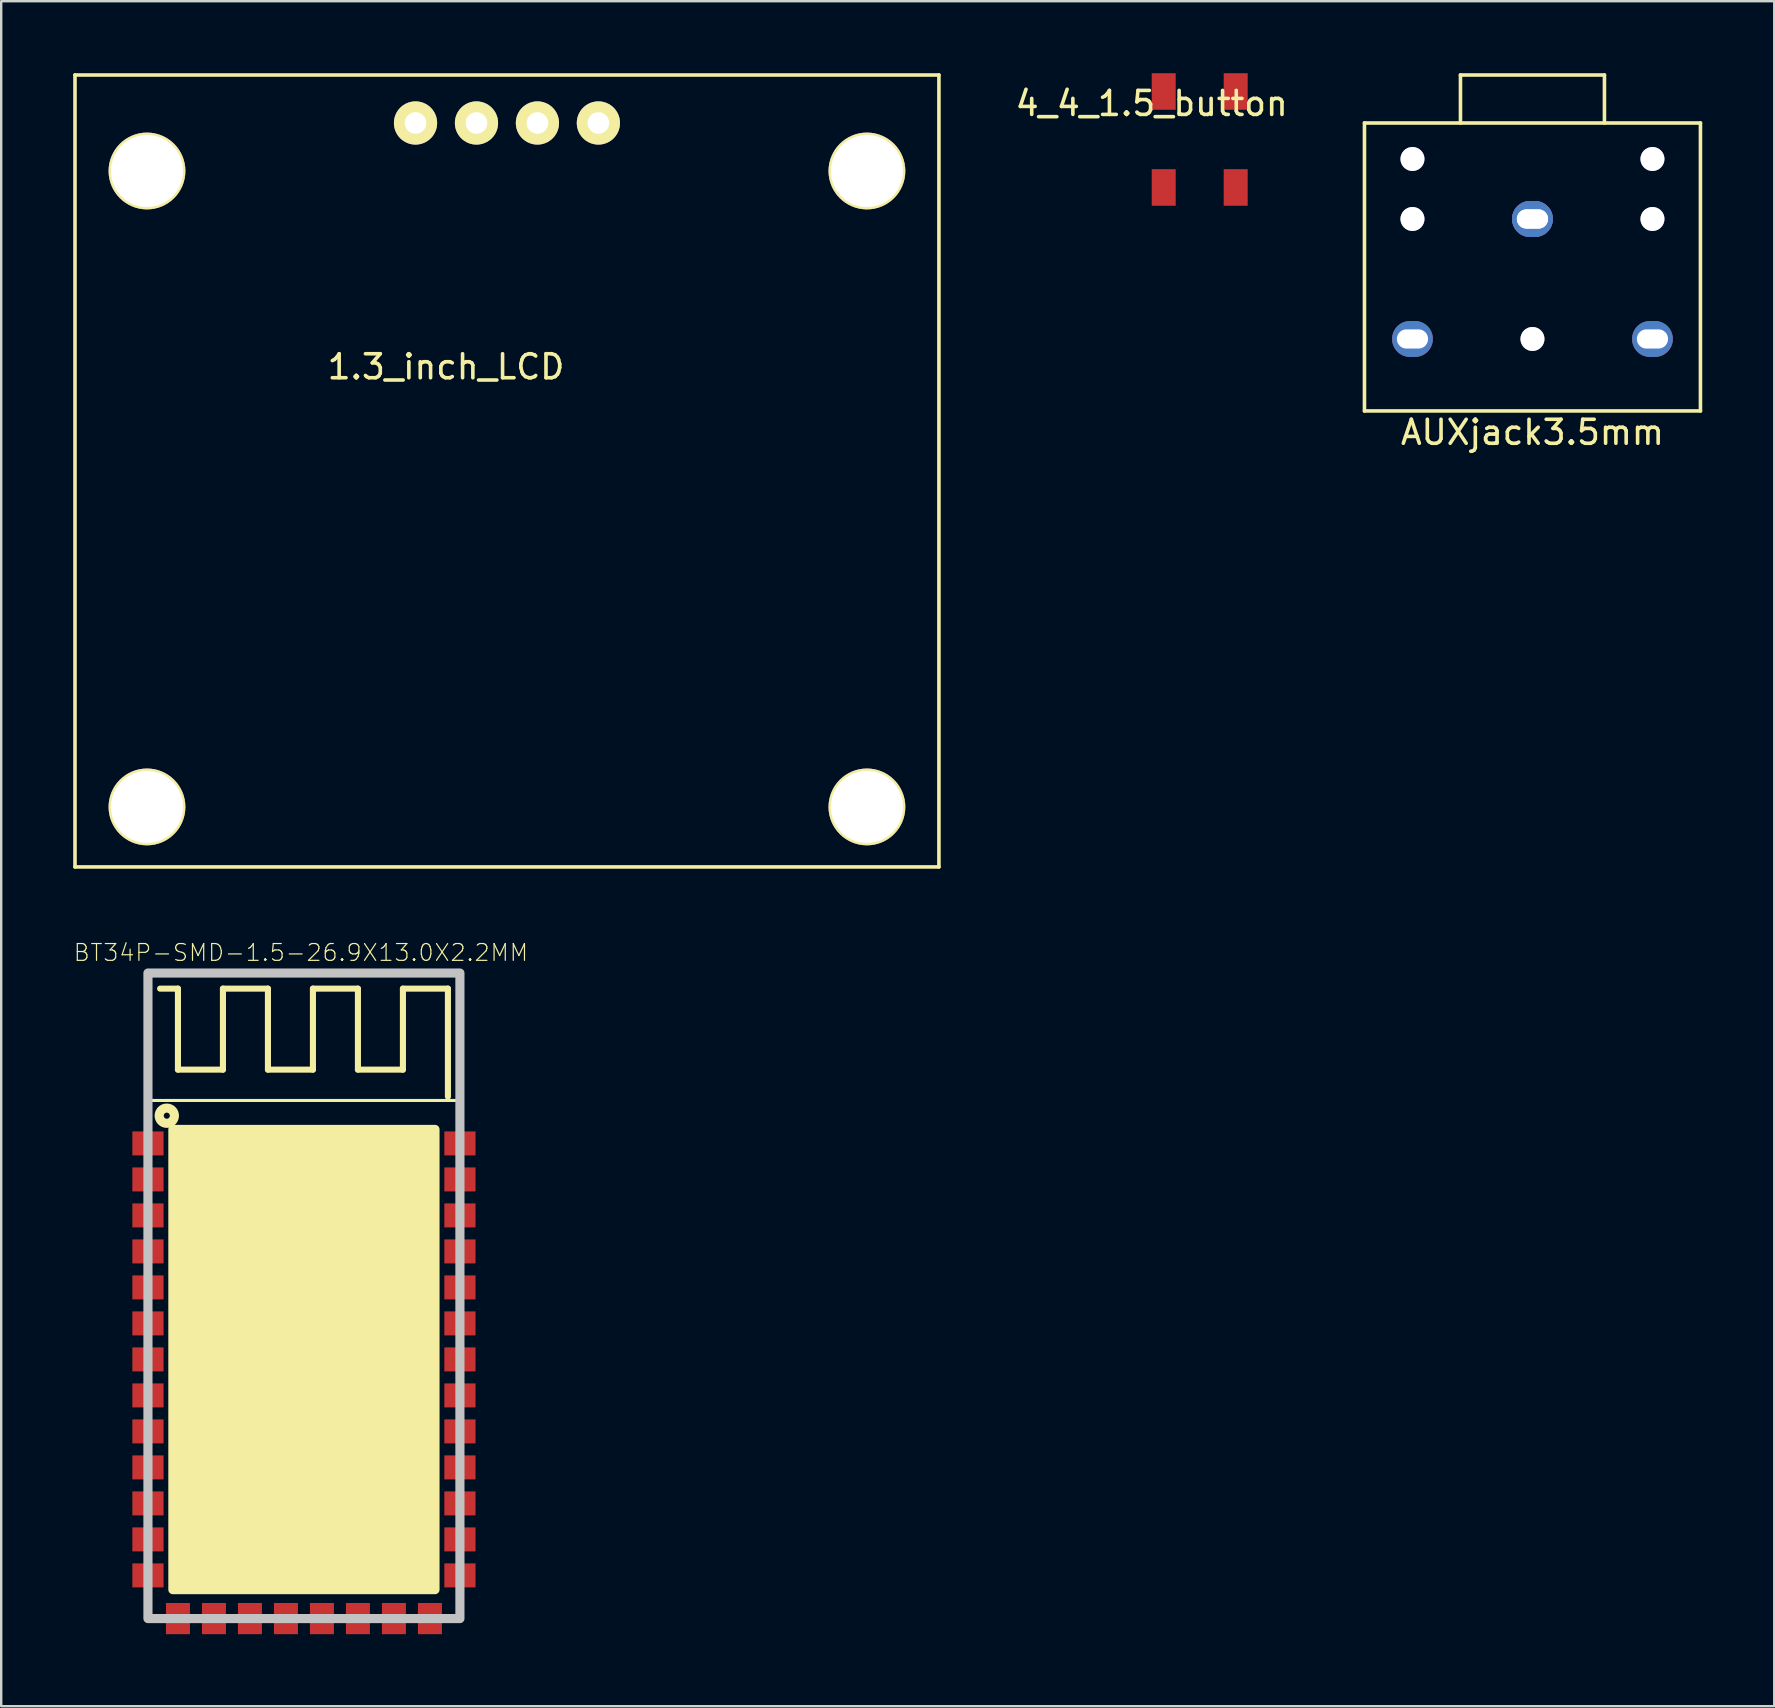
<source format=kicad_pcb>
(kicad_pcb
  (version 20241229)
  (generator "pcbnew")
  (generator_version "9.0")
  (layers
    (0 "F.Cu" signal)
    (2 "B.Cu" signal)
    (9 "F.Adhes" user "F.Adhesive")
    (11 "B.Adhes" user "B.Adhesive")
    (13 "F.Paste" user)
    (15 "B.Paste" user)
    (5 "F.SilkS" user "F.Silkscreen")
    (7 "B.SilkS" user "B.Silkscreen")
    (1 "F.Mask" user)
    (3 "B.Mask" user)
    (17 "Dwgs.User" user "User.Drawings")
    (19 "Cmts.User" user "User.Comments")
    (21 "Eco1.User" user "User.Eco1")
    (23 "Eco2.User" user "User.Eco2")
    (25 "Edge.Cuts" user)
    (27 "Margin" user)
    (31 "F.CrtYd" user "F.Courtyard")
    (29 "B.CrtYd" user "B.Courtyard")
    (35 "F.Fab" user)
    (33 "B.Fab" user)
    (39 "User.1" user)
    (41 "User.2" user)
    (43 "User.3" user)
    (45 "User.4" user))
  (footprint "1.3_inch_LCD"
    (layer "F.Cu")
    (at 18.075 2.075)
    (property "Reference" "1.3_inch_LCD" (at -2.54 10.16 0) (layer "F.SilkS") (effects (font (size 1 1) (thickness 0.15))))
    (attr through_hole)
    (fp_line (start -18 -2) (end 18 -2) (stroke (width 0.15) (type solid)) (layer "F.SilkS"))
    (fp_line (start -18 31) (end -18 -2) (stroke (width 0.15) (type solid)) (layer "F.SilkS"))
    (fp_line (start 18 -2) (end 18 31) (stroke (width 0.15) (type solid)) (layer "F.SilkS"))
    (fp_line (start 18 31) (end -18 31) (stroke (width 0.15) (type solid)) (layer "F.SilkS"))
    (pad "" thru_hole circle (at -15 2) (size 3.2 3.2) (drill 3) (layers "*.Cu" "*.Mask" "F.SilkS"))
    (pad "" thru_hole circle (at -15 28.5) (size 3.2 3.2) (drill 3) (layers "*.Cu" "*.Mask" "F.SilkS"))
    (pad "" thru_hole circle (at 15 2) (size 3.2 3.2) (drill 3) (layers "*.Cu" "*.Mask" "F.SilkS"))
    (pad "" thru_hole circle (at 15 28.5) (size 3.2 3.2) (drill 3) (layers "*.Cu" "*.Mask" "F.SilkS"))
    (pad "1" thru_hole circle (at -3.81 0) (size 1.8 1.8) (drill 0.9) (layers "*.Cu" "*.Mask" "F.SilkS"))
    (pad "2" thru_hole circle (at -1.27 0) (size 1.8 1.8) (drill 0.9) (layers "*.Cu" "*.Mask" "F.SilkS"))
    (pad "3" thru_hole circle (at 1.27 0) (size 1.8 1.8) (drill 0.9) (layers "*.Cu" "*.Mask" "F.SilkS"))
    (pad "4" thru_hole circle (at 3.81 0 90) (size 1.8 1.8) (drill 0.9) (layers "*.Cu" "*.Mask" "F.SilkS")))
  (footprint "4_4_1.5_button"
    (layer "F.Cu")
    (at 44.942 0.762)
    (property "Reference" "4_4_1.5_button" (at 0 0.5 0) (layer "F.SilkS") (effects (font (size 1 1) (thickness 0.15))))
    (attr through_hole)
    (pad "1" smd rect (at 0.5 0) (size 1 1.524) (layers "F.Cu" "F.Mask" "F.Paste"))
    (pad "1" smd rect (at 0.5 4) (size 1 1.524) (layers "F.Cu" "F.Mask" "F.Paste"))
    (pad "2" smd rect (at 3.5 0) (size 1 1.524) (layers "F.Cu" "F.Mask" "F.Paste"))
    (pad "2" smd rect (at 3.5 4) (size 1 1.524) (layers "F.Cu" "F.Mask" "F.Paste")))
  (footprint "AUXjack3.5mm"
    (layer "F.Cu")
    (at 60.808 6.075)
    (property "Reference" "AUXjack3.5mm" (at 0 8.89 0) (layer "F.SilkS") (effects (font (size 1 1) (thickness 0.15))))
    (attr through_hole)
    (fp_line (start -7 -4) (end -7 8) (stroke (width 0.15) (type solid)) (layer "F.SilkS"))
    (fp_line (start -7 8) (end 7 8) (stroke (width 0.15) (type solid)) (layer "F.SilkS"))
    (fp_line (start -3 -6) (end -3 -4) (stroke (width 0.15) (type solid)) (layer "F.SilkS"))
    (fp_line (start 3 -6) (end -3 -6) (stroke (width 0.15) (type solid)) (layer "F.SilkS"))
    (fp_line (start 3 -4) (end 3 -6) (stroke (width 0.15) (type solid)) (layer "F.SilkS"))
    (fp_line (start 7 -4) (end -7 -4) (stroke (width 0.15) (type solid)) (layer "F.SilkS"))
    (fp_line (start 7 8) (end 7 -4) (stroke (width 0.15) (type solid)) (layer "F.SilkS"))
    (pad "" thru_hole circle (at -5 -2.5) (size 1 1) (drill 1) (layers "*.Cu" "*.Mask"))
    (pad "" thru_hole circle (at -5 0) (size 1 1) (drill 1) (layers "*.Cu" "*.Mask"))
    (pad "" thru_hole circle (at 0 5) (size 1 1) (drill 1) (layers "*.Cu" "*.Mask"))
    (pad "" thru_hole circle (at 5 -2.5) (size 1 1) (drill 1) (layers "*.Cu" "*.Mask"))
    (pad "" thru_hole circle (at 5 0) (size 1 1) (drill 1) (layers "*.Cu" "*.Mask"))
    (pad "1" thru_hole oval (at -5 5) (size 1.7 1.5) (drill oval 1.3 0.8) (layers "*.Cu" "*.Mask"))
    (pad "2" thru_hole oval (at 5 5) (size 1.7 1.5) (drill oval 1.3 0.8) (layers "*.Cu" "*.Mask"))
    (pad "3" thru_hole oval (at 0 0) (size 1.7 1.5) (drill oval 1.3 0.8) (layers "*.Cu" "*.Mask"))
    (pad "3" thru_hole oval (at 0 0) (size 1.7 1.5) (drill oval 1.3 0.8) (layers "*.Cu" "*.Mask")))
  (footprint "BT34P-SMD-1.5-26.9X13.0X2.2MM"
    (layer "F.Cu")
    (at 9.615 64.397)
    (property "Reference" "BT34P-SMD-1.5-26.9X13.0X2.2MM" (at -0.127 -27.75 0) (layer "F.SilkS") (effects (font (size 0.7 0.7) (thickness 0.05))))
    (attr smd)
    (fp_line (start -6.5 -26.9) (end 6.5 -26.9) (stroke (width 0.127) (type solid)) (layer "F.SilkS"))
    (fp_line (start -6.5 -21.59) (end -6.5 -26.9) (stroke (width 0.127) (type solid)) (layer "F.SilkS"))
    (fp_line (start -6.5 -20.4) (end -6.5 -21.59) (stroke (width 0.127) (type solid)) (layer "F.SilkS"))
    (fp_line (start -6.5 -18.9) (end -6.5 -19.2) (stroke (width 0.127) (type solid)) (layer "F.SilkS"))
    (fp_line (start -6.5 -17.4) (end -6.5 -17.7) (stroke (width 0.127) (type solid)) (layer "F.SilkS"))
    (fp_line (start -6.5 -15.9) (end -6.5 -16.2) (stroke (width 0.127) (type solid)) (layer "F.SilkS"))
    (fp_line (start -6.5 -14.4) (end -6.5 -14.7) (stroke (width 0.127) (type solid)) (layer "F.SilkS"))
    (fp_line (start -6.5 -12.9) (end -6.5 -13.2) (stroke (width 0.127) (type solid)) (layer "F.SilkS"))
    (fp_line (start -6.5 -11.4) (end -6.5 -11.7) (stroke (width 0.127) (type solid)) (layer "F.SilkS"))
    (fp_line (start -6.5 -9.9) (end -6.5 -10.2) (stroke (width 0.127) (type solid)) (layer "F.SilkS"))
    (fp_line (start -6.5 -8.4) (end -6.5 -8.7) (stroke (width 0.127) (type solid)) (layer "F.SilkS"))
    (fp_line (start -6.5 -6.9) (end -6.5 -7.2) (stroke (width 0.127) (type solid)) (layer "F.SilkS"))
    (fp_line (start -6.5 -5.4) (end -6.5 -5.7) (stroke (width 0.127) (type solid)) (layer "F.SilkS"))
    (fp_line (start -6.5 -3.9) (end -6.5 -4.2) (stroke (width 0.127) (type solid)) (layer "F.SilkS"))
    (fp_line (start -6.5 -2.4) (end -6.5 -2.7) (stroke (width 0.127) (type solid)) (layer "F.SilkS"))
    (fp_line (start -6.5 -1.2) (end -6.5 0) (stroke (width 0.127) (type solid)) (layer "F.SilkS"))
    (fp_line (start -6.5 0) (end -5.8 0) (stroke (width 0.127) (type solid)) (layer "F.SilkS"))
    (fp_line (start -5.25 -26.25) (end -5.994 -26.25) (stroke (width 0.254) (type solid)) (layer "F.SilkS"))
    (fp_line (start -5.25 -22.875) (end -5.25 -26.25) (stroke (width 0.254) (type solid)) (layer "F.SilkS"))
    (fp_line (start -4.7 0) (end -4.3 0) (stroke (width 0.127) (type solid)) (layer "F.SilkS"))
    (fp_line (start -3.375 -26.25) (end -3.375 -22.875) (stroke (width 0.254) (type solid)) (layer "F.SilkS"))
    (fp_line (start -3.375 -22.875) (end -5.25 -22.875) (stroke (width 0.254) (type solid)) (layer "F.SilkS"))
    (fp_line (start -3.2 0) (end -2.8 0) (stroke (width 0.127) (type solid)) (layer "F.SilkS"))
    (fp_line (start -1.7 0) (end -1.3 0) (stroke (width 0.127) (type solid)) (layer "F.SilkS"))
    (fp_line (start -1.5 -26.25) (end -3.375 -26.25) (stroke (width 0.254) (type solid)) (layer "F.SilkS"))
    (fp_line (start -1.5 -22.875) (end -1.5 -26.25) (stroke (width 0.254) (type solid)) (layer "F.SilkS"))
    (fp_line (start -0.2 0) (end 0.2 0) (stroke (width 0.127) (type solid)) (layer "F.SilkS"))
    (fp_line (start 0.375 -26.25) (end 0.375 -22.875) (stroke (width 0.254) (type solid)) (layer "F.SilkS"))
    (fp_line (start 0.375 -22.875) (end -1.5 -22.875) (stroke (width 0.254) (type solid)) (layer "F.SilkS"))
    (fp_line (start 1.3 0) (end 1.7 0) (stroke (width 0.127) (type solid)) (layer "F.SilkS"))
    (fp_line (start 2.25 -26.25) (end 0.375 -26.25) (stroke (width 0.254) (type solid)) (layer "F.SilkS"))
    (fp_line (start 2.25 -22.875) (end 2.25 -26.25) (stroke (width 0.254) (type solid)) (layer "F.SilkS"))
    (fp_line (start 2.8 0) (end 3.2 0) (stroke (width 0.127) (type solid)) (layer "F.SilkS"))
    (fp_line (start 4.125 -26.25) (end 4.125 -22.875) (stroke (width 0.254) (type solid)) (layer "F.SilkS"))
    (fp_line (start 4.125 -22.875) (end 2.25 -22.875) (stroke (width 0.254) (type solid)) (layer "F.SilkS"))
    (fp_line (start 4.3 0) (end 4.7 0) (stroke (width 0.127) (type solid)) (layer "F.SilkS"))
    (fp_line (start 5.8 0) (end 6.5 0) (stroke (width 0.127) (type solid)) (layer "F.SilkS"))
    (fp_line (start 6 -26.25) (end 4.125 -26.25) (stroke (width 0.254) (type solid)) (layer "F.SilkS"))
    (fp_line (start 6 -21.75) (end 6 -26.25) (stroke (width 0.254) (type solid)) (layer "F.SilkS"))
    (fp_line (start 6.5 -26.9) (end 6.5 -21.59) (stroke (width 0.127) (type solid)) (layer "F.SilkS"))
    (fp_line (start 6.5 -21.59) (end -6.5 -21.59) (stroke (width 0.127) (type solid)) (layer "F.SilkS"))
    (fp_line (start 6.5 -20.4) (end 6.5 -21.59) (stroke (width 0.127) (type solid)) (layer "F.SilkS"))
    (fp_line (start 6.5 -18.9) (end 6.5 -19.2) (stroke (width 0.127) (type solid)) (layer "F.SilkS"))
    (fp_line (start 6.5 -17.4) (end 6.5 -17.7) (stroke (width 0.127) (type solid)) (layer "F.SilkS"))
    (fp_line (start 6.5 -15.9) (end 6.5 -16.2) (stroke (width 0.127) (type solid)) (layer "F.SilkS"))
    (fp_line (start 6.5 -14.4) (end 6.5 -14.7) (stroke (width 0.127) (type solid)) (layer "F.SilkS"))
    (fp_line (start 6.5 -12.9) (end 6.5 -13.2) (stroke (width 0.127) (type solid)) (layer "F.SilkS"))
    (fp_line (start 6.5 -11.4) (end 6.5 -11.7) (stroke (width 0.127) (type solid)) (layer "F.SilkS"))
    (fp_line (start 6.5 -9.9) (end 6.5 -10.2) (stroke (width 0.127) (type solid)) (layer "F.SilkS"))
    (fp_line (start 6.5 -8.4) (end 6.5 -8.7) (stroke (width 0.127) (type solid)) (layer "F.SilkS"))
    (fp_line (start 6.5 -6.9) (end 6.5 -7.2) (stroke (width 0.127) (type solid)) (layer "F.SilkS"))
    (fp_line (start 6.5 -5.4) (end 6.5 -5.7) (stroke (width 0.127) (type solid)) (layer "F.SilkS"))
    (fp_line (start 6.5 -3.9) (end 6.5 -4.2) (stroke (width 0.127) (type solid)) (layer "F.SilkS"))
    (fp_line (start 6.5 -2.4) (end 6.5 -2.7) (stroke (width 0.127) (type solid)) (layer "F.SilkS"))
    (fp_line (start 6.5 0) (end 6.5 -1.2) (stroke (width 0.127) (type solid)) (layer "F.SilkS"))
    (fp_circle (center -5.715 -20.955) (end -5.588 -20.955) (stroke (width 0.381) (type solid)) (fill no) (layer "F.SilkS"))
    (fp_poly (pts (xy -5.461 -20.384) (xy 5.461 -20.384) (xy 5.461 -1.206) (xy -5.461 -1.206)) (stroke (width 0.381) (type solid)) (fill yes) (layer "F.SilkS"))
    (fp_line (start -6.5 0) (end -6.5 -21.59) (stroke (width 0.127) (type solid)) (layer "Dwgs.User"))
    (fp_line (start 6.5 -21.59) (end 6.5 0) (stroke (width 0.127) (type solid)) (layer "Dwgs.User"))
    (fp_line (start 6.5 0) (end -6.5 0) (stroke (width 0.127) (type solid)) (layer "Dwgs.User"))
    (fp_poly (pts (xy -6.5 -26.9) (xy 6.5 -26.9) (xy 6.5 0) (xy -6.5 0)) (stroke (width 0.381) (type solid)) (fill no) (layer "Dwgs.User"))
    (pad "1" smd rect (at -6.5 -19.8) (size 1.3 1) (layers "F.Cu" "F.Mask" "F.Paste"))
    (pad "2" smd rect (at -6.5 -18.3) (size 1.3 1) (layers "F.Cu" "F.Mask" "F.Paste"))
    (pad "3" smd rect (at -6.5 -16.8) (size 1.3 1) (layers "F.Cu" "F.Mask" "F.Paste"))
    (pad "4" smd rect (at -6.5 -15.3) (size 1.3 1) (layers "F.Cu" "F.Mask" "F.Paste"))
    (pad "5" smd rect (at -6.5 -13.8) (size 1.3 1) (layers "F.Cu" "F.Mask" "F.Paste"))
    (pad "6" smd rect (at -6.5 -12.3) (size 1.3 1) (layers "F.Cu" "F.Mask" "F.Paste"))
    (pad "7" smd rect (at -6.5 -10.8) (size 1.3 1) (layers "F.Cu" "F.Mask" "F.Paste"))
    (pad "8" smd rect (at -6.5 -9.3) (size 1.3 1) (layers "F.Cu" "F.Mask" "F.Paste"))
    (pad "9" smd rect (at -6.5 -7.8) (size 1.3 1) (layers "F.Cu" "F.Mask" "F.Paste"))
    (pad "10" smd rect (at -6.5 -6.3) (size 1.3 1) (layers "F.Cu" "F.Mask" "F.Paste"))
    (pad "11" smd rect (at -6.5 -4.8) (size 1.3 1) (layers "F.Cu" "F.Mask" "F.Paste"))
    (pad "12" smd rect (at -6.5 -3.3) (size 1.3 1) (layers "F.Cu" "F.Mask" "F.Paste"))
    (pad "13" smd rect (at -6.5 -1.8) (size 1.3 1) (layers "F.Cu" "F.Mask" "F.Paste"))
    (pad "14" smd rect (at -5.25 0 90) (size 1.3 1) (layers "F.Cu" "F.Mask" "F.Paste"))
    (pad "15" smd rect (at -3.75 0 90) (size 1.3 1) (layers "F.Cu" "F.Mask" "F.Paste"))
    (pad "16" smd rect (at -2.25 0 90) (size 1.3 1) (layers "F.Cu" "F.Mask" "F.Paste"))
    (pad "17" smd rect (at -0.75 0 90) (size 1.3 1) (layers "F.Cu" "F.Mask" "F.Paste"))
    (pad "18" smd rect (at 0.75 0 90) (size 1.3 1) (layers "F.Cu" "F.Mask" "F.Paste"))
    (pad "19" smd rect (at 2.25 0 90) (size 1.3 1) (layers "F.Cu" "F.Mask" "F.Paste"))
    (pad "20" smd rect (at 3.75 0 90) (size 1.3 1) (layers "F.Cu" "F.Mask" "F.Paste"))
    (pad "21" smd rect (at 5.25 0 90) (size 1.3 1) (layers "F.Cu" "F.Mask" "F.Paste"))
    (pad "22" smd rect (at 6.5 -1.8 180) (size 1.3 1) (layers "F.Cu" "F.Mask" "F.Paste"))
    (pad "23" smd rect (at 6.5 -3.3 180) (size 1.3 1) (layers "F.Cu" "F.Mask" "F.Paste"))
    (pad "24" smd rect (at 6.5 -4.8 180) (size 1.3 1) (layers "F.Cu" "F.Mask" "F.Paste"))
    (pad "25" smd rect (at 6.5 -6.3 180) (size 1.3 1) (layers "F.Cu" "F.Mask" "F.Paste"))
    (pad "26" smd rect (at 6.5 -7.8 180) (size 1.3 1) (layers "F.Cu" "F.Mask" "F.Paste"))
    (pad "27" smd rect (at 6.5 -9.3 180) (size 1.3 1) (layers "F.Cu" "F.Mask" "F.Paste"))
    (pad "28" smd rect (at 6.5 -10.8 180) (size 1.3 1) (layers "F.Cu" "F.Mask" "F.Paste"))
    (pad "29" smd rect (at 6.5 -12.3 180) (size 1.3 1) (layers "F.Cu" "F.Mask" "F.Paste"))
    (pad "30" smd rect (at 6.5 -13.8 180) (size 1.3 1) (layers "F.Cu" "F.Mask" "F.Paste"))
    (pad "31" smd rect (at 6.5 -15.3 180) (size 1.3 1) (layers "F.Cu" "F.Mask" "F.Paste"))
    (pad "32" smd rect (at 6.5 -16.8 180) (size 1.3 1) (layers "F.Cu" "F.Mask" "F.Paste"))
    (pad "33" smd rect (at 6.5 -18.3 180) (size 1.3 1) (layers "F.Cu" "F.Mask" "F.Paste"))
    (pad "34" smd rect (at 6.5 -19.8 180) (size 1.3 1) (layers "F.Cu" "F.Mask" "F.Paste")))
  (gr_rect
    (start -3 -3)
    (end 70.883 68.047)
    (stroke (width 0.1) (type default))
    (fill no)
    (layer "Edge.Cuts")))
</source>
